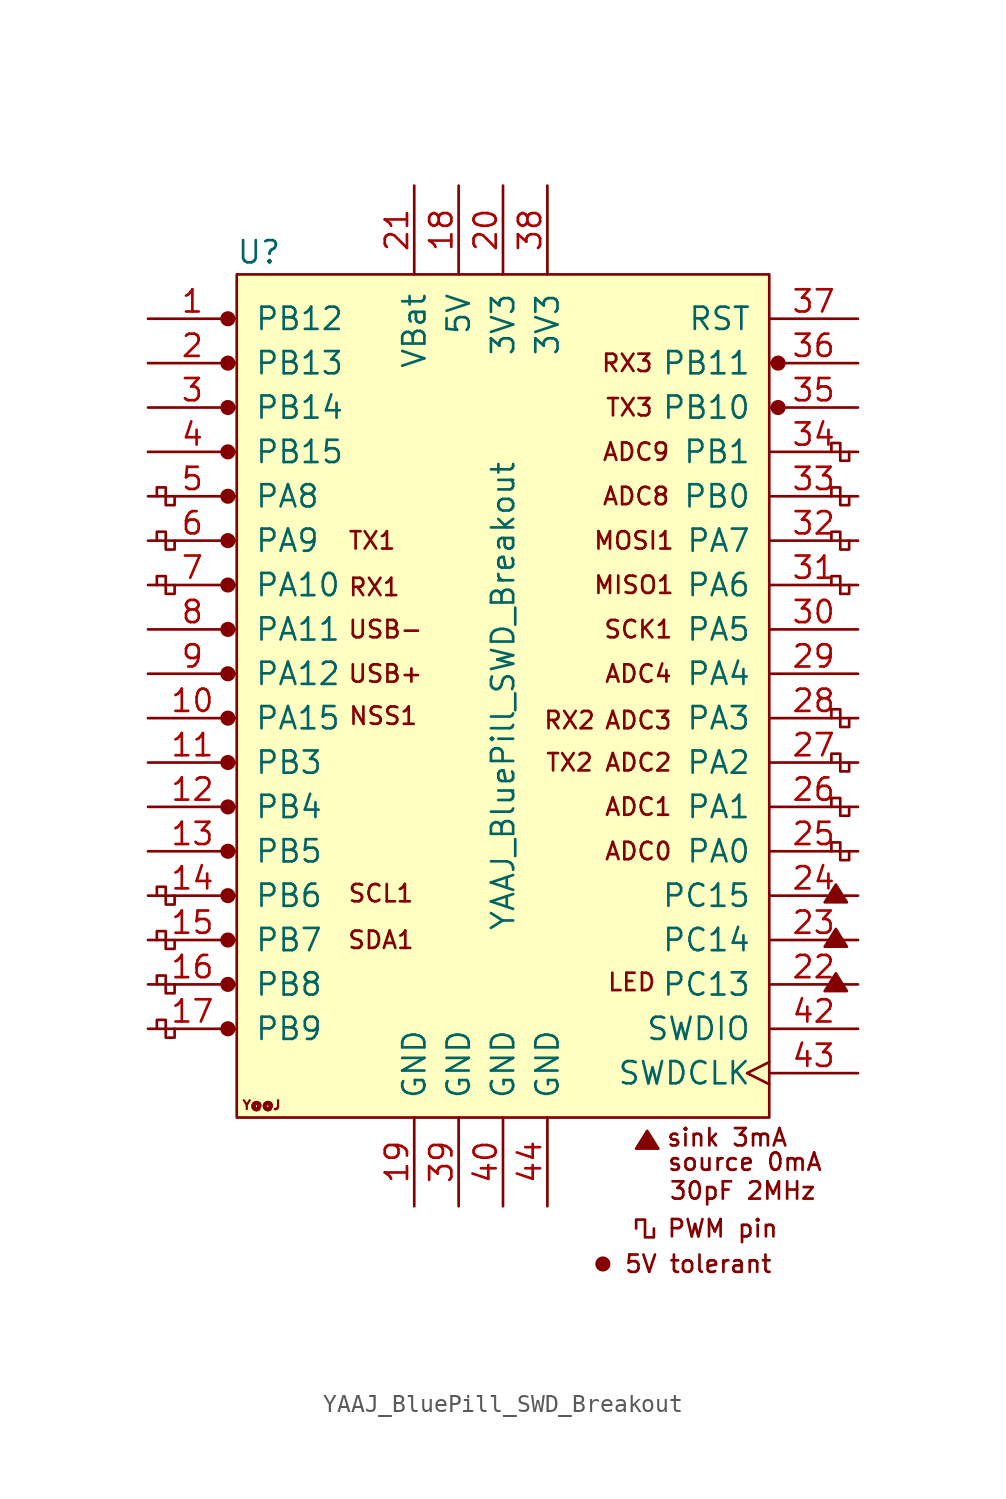
<source format=kicad_sym>
(kicad_symbol_lib
  (version 20231120)
  (generator "kicad_symbol_editor")
  (generator_version "8.0")
  (symbol "YAAJ_BluePill_SWD_Breakout"
    (pin_names
      (offset 1.016))
    (property "Reference" "U"
      (at -13.97 24.13 0)
      (effects (font (size 1.27 1.27))))
    (property "Value" "YAAJ_BluePill_SWD_Breakout"
      (at 0 -1.27 90)
      (effects (font (size 1.27 1.27))))
    (symbol "YAAJ_BluePill_SWD_Breakout_0_0"
      (circle (center -15.748 -20.32) (radius 0.356) (stroke (width 0) (type solid)) (fill (type outline)))
      (circle (center -15.748 -17.78) (radius 0.356) (stroke (width 0) (type solid)) (fill (type outline)))
      (circle (center -15.748 -15.24) (radius 0.356) (stroke (width 0) (type solid)) (fill (type outline)))
      (circle (center -15.748 -12.7) (radius 0.356) (stroke (width 0) (type solid)) (fill (type outline)))
      (circle (center -15.748 -10.16) (radius 0.356) (stroke (width 0) (type solid)) (fill (type outline)))
      (circle (center -15.748 -7.62) (radius 0.356) (stroke (width 0) (type solid)) (fill (type outline)))
      (circle (center -15.748 -5.08) (radius 0.356) (stroke (width 0) (type solid)) (fill (type outline)))
      (circle (center -15.748 -2.54) (radius 0.356) (stroke (width 0) (type solid)) (fill (type outline)))
      (circle (center -15.748 0) (radius 0.356) (stroke (width 0) (type solid)) (fill (type outline)))
      (circle (center -15.748 2.54) (radius 0.356) (stroke (width 0) (type solid)) (fill (type outline)))
      (circle (center -15.748 5.08) (radius 0.356) (stroke (width 0) (type solid)) (fill (type outline)))
      (circle (center -15.748 7.62) (radius 0.356) (stroke (width 0) (type solid)) (fill (type outline)))
      (circle (center -15.748 10.16) (radius 0.356) (stroke (width 0) (type solid)) (fill (type outline)))
      (circle (center -15.748 12.7) (radius 0.356) (stroke (width 0) (type solid)) (fill (type outline)))
      (circle (center -15.748 15.24) (radius 0.356) (stroke (width 0) (type solid)) (fill (type outline)))
      (circle (center -15.748 20.32) (radius 0.356) (stroke (width 0) (type solid)) (fill (type outline)))
      (polyline (pts (xy 7.62 -27.178) (xy 8.255 -26.162) (xy 8.89 -27.178) (xy 7.62 -27.178) (xy 8.255 -26.289) (xy 8.763 -27.178) (xy 7.747 -27.051) (xy 8.255 -26.416) (xy 8.636 -27.178) (xy 7.874 -26.924) (xy 8.382 -26.543) (xy 8.509 -27.178) (xy 8.001 -26.797) (xy 8.509 -26.67) (xy 8.382 -27.051) (xy 8.128 -26.797) (xy 8.382 -26.924) (xy 8.255 -26.67)) (stroke (width 0) (type solid)) (fill (type none)))
      (polyline (pts (xy 18.415 -18.161) (xy 19.05 -17.145) (xy 19.685 -18.161) (xy 18.415 -18.161) (xy 19.05 -17.272) (xy 19.558 -18.161) (xy 18.542 -18.034) (xy 19.05 -17.399) (xy 19.431 -18.161) (xy 18.669 -17.907) (xy 19.177 -17.526) (xy 19.304 -18.161) (xy 18.796 -17.78) (xy 19.304 -17.653) (xy 19.177 -18.034) (xy 18.923 -17.78) (xy 19.177 -17.907) (xy 19.05 -17.653)) (stroke (width 0) (type solid)) (fill (type none)))
      (polyline (pts (xy 18.415 -15.621) (xy 19.05 -14.605) (xy 19.685 -15.621) (xy 18.415 -15.621) (xy 19.05 -14.732) (xy 19.558 -15.621) (xy 18.542 -15.494) (xy 19.05 -14.859) (xy 19.431 -15.621) (xy 18.669 -15.367) (xy 19.177 -14.986) (xy 19.304 -15.621) (xy 18.796 -15.24) (xy 19.304 -15.113) (xy 19.177 -15.494) (xy 18.923 -15.24) (xy 19.177 -15.367) (xy 19.05 -15.113)) (stroke (width 0) (type solid)) (fill (type none)))
      (polyline (pts (xy 18.415 -13.081) (xy 19.05 -12.065) (xy 19.685 -13.081) (xy 18.415 -13.081) (xy 19.05 -12.192) (xy 19.558 -13.081) (xy 18.542 -12.954) (xy 19.05 -12.319) (xy 19.431 -13.081) (xy 18.669 -12.827) (xy 19.177 -12.446) (xy 19.304 -13.081) (xy 18.796 -12.7) (xy 19.304 -12.573) (xy 19.177 -12.954) (xy 18.923 -12.7) (xy 19.177 -12.827) (xy 19.05 -12.573)) (stroke (width 0) (type solid)) (fill (type none)))
      (circle (center 5.715 -33.782) (radius 0.127) (stroke (width 0) (type solid)) (fill (type outline)))
      (circle (center 5.715 -33.782) (radius 0.254) (stroke (width 0) (type solid)) (fill (type none)))
      (circle (center 5.715 -33.782) (radius 0.356) (stroke (width 0) (type solid)) (fill (type none)))
      (circle (center 15.748 15.24) (radius 0.254) (stroke (width 0) (type solid)) (fill (type outline)))
      (circle (center 15.748 15.24) (radius 0.356) (stroke (width 0) (type solid)) (fill (type none)))
      (circle (center 15.748 17.78) (radius 0.254) (stroke (width 0) (type solid)) (fill (type outline)))
      (circle (center 15.748 17.78) (radius 0.356) (stroke (width 0) (type solid)) (fill (type none)))
      (text "30pF 2MHz" (at 13.716 -29.591 0) (effects (font (size 0.991 0.991))))
      (text "5V tolerant" (at 11.176 -33.782 0) (effects (font (size 0.991 0.991))))
      (text "ADC0" (at 7.747 -10.16 0) (effects (font (size 0.991 0.991))))
      (text "ADC1" (at 7.747 -7.62 0) (effects (font (size 0.991 0.991))))
      (text "ADC2" (at 7.747 -5.08 0) (effects (font (size 0.991 0.991))))
      (text "ADC3" (at 7.747 -2.667 0) (effects (font (size 0.991 0.991))))
      (text "ADC4" (at 7.747 0 0) (effects (font (size 0.991 0.991))))
      (text "ADC8" (at 7.62 10.16 0) (effects (font (size 0.991 0.991))))
      (text "ADC9" (at 7.62 12.7 0) (effects (font (size 0.991 0.991))))
      (text "LED" (at 7.366 -17.653 0) (effects (font (size 0.991 0.991))))
      (text "MISO1" (at 7.493 5.08 0) (effects (font (size 0.991 0.991))))
      (text "MOSI1" (at 7.493 7.62 0) (effects (font (size 0.991 0.991))))
      (text "NSS1" (at -6.858 -2.413 0) (effects (font (size 0.991 0.991))))
      (text "PWM pin" (at 12.573 -31.75 0) (effects (font (size 0.991 0.991))))
      (text "RX1" (at -7.366 4.953 0) (effects (font (size 0.991 0.991))))
      (text "RX2" (at 3.81 -2.667 0) (effects (font (size 0.991 0.991))))
      (text "RX3" (at 7.112 17.78 0) (effects (font (size 0.991 0.991))))
      (text "SCK1" (at 7.747 2.54 0) (effects (font (size 0.991 0.991))))
      (text "SCL1" (at -6.985 -12.573 0) (effects (font (size 0.991 0.991))))
      (text "SDA1" (at -6.985 -15.24 0) (effects (font (size 0.991 0.991))))
      (text "sink 3mA" (at 12.827 -26.543 0) (effects (font (size 0.991 0.991))))
      (text "source 0mA" (at 13.843 -27.94 0) (effects (font (size 0.991 0.991))))
      (text "TX1" (at -7.493 7.62 0) (effects (font (size 0.991 0.991))))
      (text "TX2" (at 3.81 -5.08 0) (effects (font (size 0.991 0.991))))
      (text "TX3" (at 7.239 15.24 0) (effects (font (size 0.991 0.991))))
      (text "USB+" (at -6.731 0 0) (effects (font (size 0.991 0.991))))
      (text "USB-" (at -6.731 2.54 0) (effects (font (size 0.991 0.991))))
      (text "Y@@J" (at -13.818 -24.689 0) (effects (font (size 0.508 0.508)))))
    (symbol "YAAJ_BluePill_SWD_Breakout_0_1"
      (rectangle (start -15.24 22.86) (end 15.24 -25.4) (stroke (width 0) (type solid)) (fill (type background)))
      (polyline (pts (xy -18.796 -20.32) (xy -18.796 -20.828) (xy -19.304 -20.828) (xy -19.304 -19.812) (xy -19.812 -19.812) (xy -19.812 -20.32)) (stroke (width 0) (type solid)) (fill (type none)))
      (polyline (pts (xy -18.796 -17.78) (xy -18.796 -18.288) (xy -19.304 -18.288) (xy -19.304 -17.272) (xy -19.812 -17.272) (xy -19.812 -17.78)) (stroke (width 0) (type solid)) (fill (type none)))
      (polyline (pts (xy -18.796 -15.24) (xy -18.796 -15.748) (xy -19.304 -15.748) (xy -19.304 -14.732) (xy -19.812 -14.732) (xy -19.812 -15.24)) (stroke (width 0) (type solid)) (fill (type none)))
      (polyline (pts (xy -18.796 -12.7) (xy -18.796 -13.208) (xy -19.304 -13.208) (xy -19.304 -12.192) (xy -19.812 -12.192) (xy -19.812 -12.7)) (stroke (width 0) (type solid)) (fill (type none)))
      (polyline (pts (xy -18.796 5.08) (xy -18.796 4.572) (xy -19.304 4.572) (xy -19.304 5.588) (xy -19.812 5.588) (xy -19.812 5.08)) (stroke (width 0) (type solid)) (fill (type none)))
      (polyline (pts (xy -18.796 7.62) (xy -18.796 7.112) (xy -19.304 7.112) (xy -19.304 8.128) (xy -19.812 8.128) (xy -19.812 7.62)) (stroke (width 0) (type solid)) (fill (type none)))
      (polyline (pts (xy -18.796 10.16) (xy -18.796 9.652) (xy -19.304 9.652) (xy -19.304 10.668) (xy -19.812 10.668) (xy -19.812 10.16)) (stroke (width 0) (type solid)) (fill (type none)))
      (polyline (pts (xy 8.636 -31.75) (xy 8.636 -32.258) (xy 8.128 -32.258) (xy 8.128 -31.242) (xy 7.62 -31.242) (xy 7.62 -31.75)) (stroke (width 0) (type solid)) (fill (type none)))
      (polyline (pts (xy 19.812 -10.16) (xy 19.812 -10.668) (xy 19.304 -10.668) (xy 19.304 -9.652) (xy 18.796 -9.652) (xy 18.796 -10.16)) (stroke (width 0) (type solid)) (fill (type none)))
      (polyline (pts (xy 19.812 -7.62) (xy 19.812 -8.128) (xy 19.304 -8.128) (xy 19.304 -7.112) (xy 18.796 -7.112) (xy 18.796 -7.62)) (stroke (width 0) (type solid)) (fill (type none)))
      (polyline (pts (xy 19.812 -5.08) (xy 19.812 -5.588) (xy 19.304 -5.588) (xy 19.304 -4.572) (xy 18.796 -4.572) (xy 18.796 -5.08)) (stroke (width 0) (type solid)) (fill (type none)))
      (polyline (pts (xy 19.812 -2.54) (xy 19.812 -3.048) (xy 19.304 -3.048) (xy 19.304 -2.032) (xy 18.796 -2.032) (xy 18.796 -2.54)) (stroke (width 0) (type solid)) (fill (type none)))
      (polyline (pts (xy 19.812 5.08) (xy 19.812 4.572) (xy 19.304 4.572) (xy 19.304 5.588) (xy 18.796 5.588) (xy 18.796 5.08)) (stroke (width 0) (type solid)) (fill (type none)))
      (polyline (pts (xy 19.812 7.62) (xy 19.812 7.112) (xy 19.304 7.112) (xy 19.304 8.128) (xy 18.796 8.128) (xy 18.796 7.62)) (stroke (width 0) (type solid)) (fill (type none)))
      (polyline (pts (xy 19.812 10.16) (xy 19.812 9.652) (xy 19.304 9.652) (xy 19.304 10.668) (xy 18.796 10.668) (xy 18.796 10.16)) (stroke (width 0) (type solid)) (fill (type none)))
      (polyline (pts (xy 19.812 12.7) (xy 19.812 12.192) (xy 19.304 12.192) (xy 19.304 13.208) (xy 18.796 13.208) (xy 18.796 12.7)) (stroke (width 0) (type solid)) (fill (type none))))
    (symbol "YAAJ_BluePill_SWD_Breakout_1_1"
      (circle (center -15.748 17.78) (radius 0.356) (stroke (width 0) (type solid)) (fill (type outline)))
      (pin bidirectional line (at -20.32 20.32 0) (length 5.08) (name "PB12" (effects (font (size 1.27 1.27)))) (number "1" (effects (font (size 1.27 1.27)))))
      (pin bidirectional line (at -20.32 -2.54 0) (length 5.08) (name "PA15" (effects (font (size 1.27 1.27)))) (number "10" (effects (font (size 1.27 1.27)))))
      (pin bidirectional line (at -20.32 -5.08 0) (length 5.08) (name "PB3" (effects (font (size 1.27 1.27)))) (number "11" (effects (font (size 1.27 1.27)))))
      (pin bidirectional line (at -20.32 -7.62 0) (length 5.08) (name "PB4" (effects (font (size 1.27 1.27)))) (number "12" (effects (font (size 1.27 1.27)))))
      (pin bidirectional line (at -20.32 -10.16 0) (length 5.08) (name "PB5" (effects (font (size 1.27 1.27)))) (number "13" (effects (font (size 1.27 1.27)))))
      (pin bidirectional line (at -20.32 -12.7 0) (length 5.08) (name "PB6" (effects (font (size 1.27 1.27)))) (number "14" (effects (font (size 1.27 1.27)))))
      (pin bidirectional line (at -20.32 -15.24 0) (length 5.08) (name "PB7" (effects (font (size 1.27 1.27)))) (number "15" (effects (font (size 1.27 1.27)))))
      (pin bidirectional line (at -20.32 -17.78 0) (length 5.08) (name "PB8" (effects (font (size 1.27 1.27)))) (number "16" (effects (font (size 1.27 1.27)))))
      (pin bidirectional line (at -20.32 -20.32 0) (length 5.08) (name "PB9" (effects (font (size 1.27 1.27)))) (number "17" (effects (font (size 1.27 1.27)))))
      (pin power_in line (at -2.54 27.94 270) (length 5.08) (name "5V" (effects (font (size 1.27 1.27)))) (number "18" (effects (font (size 1.27 1.27)))))
      (pin power_in line (at -5.08 -30.48 90) (length 5.08) (name "GND" (effects (font (size 1.27 1.27)))) (number "19" (effects (font (size 1.27 1.27)))))
      (pin bidirectional line (at -20.32 17.78 0) (length 5.08) (name "PB13" (effects (font (size 1.27 1.27)))) (number "2" (effects (font (size 1.27 1.27)))))
      (pin power_in line (at 0 27.94 270) (length 5.08) (name "3V3" (effects (font (size 1.27 1.27)))) (number "20" (effects (font (size 1.27 1.27)))))
      (pin power_in line (at -5.08 27.94 270) (length 5.08) (name "VBat" (effects (font (size 1.27 1.27)))) (number "21" (effects (font (size 1.27 1.27)))))
      (pin bidirectional line (at 20.32 -17.78 180) (length 5.08) (name "PC13" (effects (font (size 1.27 1.27)))) (number "22" (effects (font (size 1.27 1.27)))))
      (pin bidirectional line (at 20.32 -15.24 180) (length 5.08) (name "PC14" (effects (font (size 1.27 1.27)))) (number "23" (effects (font (size 1.27 1.27)))))
      (pin bidirectional line (at 20.32 -12.7 180) (length 5.08) (name "PC15" (effects (font (size 1.27 1.27)))) (number "24" (effects (font (size 1.27 1.27)))))
      (pin bidirectional line (at 20.32 -10.16 180) (length 5.08) (name "PA0" (effects (font (size 1.27 1.27)))) (number "25" (effects (font (size 1.27 1.27)))))
      (pin bidirectional line (at 20.32 -7.62 180) (length 5.08) (name "PA1" (effects (font (size 1.27 1.27)))) (number "26" (effects (font (size 1.27 1.27)))))
      (pin bidirectional line (at 20.32 -5.08 180) (length 5.08) (name "PA2" (effects (font (size 1.27 1.27)))) (number "27" (effects (font (size 1.27 1.27)))))
      (pin bidirectional line (at 20.32 -2.54 180) (length 5.08) (name "PA3" (effects (font (size 1.27 1.27)))) (number "28" (effects (font (size 1.27 1.27)))))
      (pin bidirectional line (at 20.32 0 180) (length 5.08) (name "PA4" (effects (font (size 1.27 1.27)))) (number "29" (effects (font (size 1.27 1.27)))))
      (pin bidirectional line (at -20.32 15.24 0) (length 5.08) (name "PB14" (effects (font (size 1.27 1.27)))) (number "3" (effects (font (size 1.27 1.27)))))
      (pin bidirectional line (at 20.32 2.54 180) (length 5.08) (name "PA5" (effects (font (size 1.27 1.27)))) (number "30" (effects (font (size 1.27 1.27)))))
      (pin bidirectional line (at 20.32 5.08 180) (length 5.08) (name "PA6" (effects (font (size 1.27 1.27)))) (number "31" (effects (font (size 1.27 1.27)))))
      (pin bidirectional line (at 20.32 7.62 180) (length 5.08) (name "PA7" (effects (font (size 1.27 1.27)))) (number "32" (effects (font (size 1.27 1.27)))))
      (pin bidirectional line (at 20.32 10.16 180) (length 5.08) (name "PB0" (effects (font (size 1.27 1.27)))) (number "33" (effects (font (size 1.27 1.27)))))
      (pin bidirectional line (at 20.32 12.7 180) (length 5.08) (name "PB1" (effects (font (size 1.27 1.27)))) (number "34" (effects (font (size 1.27 1.27)))))
      (pin bidirectional line (at 20.32 15.24 180) (length 5.08) (name "PB10" (effects (font (size 1.27 1.27)))) (number "35" (effects (font (size 1.27 1.27)))))
      (pin bidirectional line (at 20.32 17.78 180) (length 5.08) (name "PB11" (effects (font (size 1.27 1.27)))) (number "36" (effects (font (size 1.27 1.27)))))
      (pin input line (at 20.32 20.32 180) (length 5.08) (name "RST" (effects (font (size 1.27 1.27)))) (number "37" (effects (font (size 1.27 1.27)))))
      (pin power_in line (at 2.54 27.94 270) (length 5.08) (name "3V3" (effects (font (size 1.27 1.27)))) (number "38" (effects (font (size 1.27 1.27)))))
      (pin power_in line (at -2.54 -30.48 90) (length 5.08) (name "GND" (effects (font (size 1.27 1.27)))) (number "39" (effects (font (size 1.27 1.27)))))
      (pin bidirectional line (at -20.32 12.7 0) (length 5.08) (name "PB15" (effects (font (size 1.27 1.27)))) (number "4" (effects (font (size 1.27 1.27)))))
      (pin power_in line (at 0 -30.48 90) (length 5.08) (name "GND" (effects (font (size 1.27 1.27)))) (number "40" (effects (font (size 1.27 1.27)))))
      (pin bidirectional line (at 20.32 -20.32 180) (length 5.08) (name "SWDIO" (effects (font (size 1.27 1.27)))) (number "42" (effects (font (size 1.27 1.27)))))
      (pin input clock (at 20.32 -22.86 180) (length 5.08) (name "SWDCLK" (effects (font (size 1.27 1.27)))) (number "43" (effects (font (size 1.27 1.27)))))
      (pin power_in line (at 2.54 -30.48 90) (length 5.08) (name "GND" (effects (font (size 1.27 1.27)))) (number "44" (effects (font (size 1.27 1.27)))))
      (pin bidirectional line (at -20.32 10.16 0) (length 5.08) (name "PA8" (effects (font (size 1.27 1.27)))) (number "5" (effects (font (size 1.27 1.27)))))
      (pin bidirectional line (at -20.32 7.62 0) (length 5.08) (name "PA9" (effects (font (size 1.27 1.27)))) (number "6" (effects (font (size 1.27 1.27)))))
      (pin bidirectional line (at -20.32 5.08 0) (length 5.08) (name "PA10" (effects (font (size 1.27 1.27)))) (number "7" (effects (font (size 1.27 1.27)))))
      (pin bidirectional line (at -20.32 2.54 0) (length 5.08) (name "PA11" (effects (font (size 1.27 1.27)))) (number "8" (effects (font (size 1.27 1.27)))))
      (pin bidirectional line (at -20.32 0 0) (length 5.08) (name "PA12" (effects (font (size 1.27 1.27)))) (number "9" (effects (font (size 1.27 1.27))))))))
</source>
